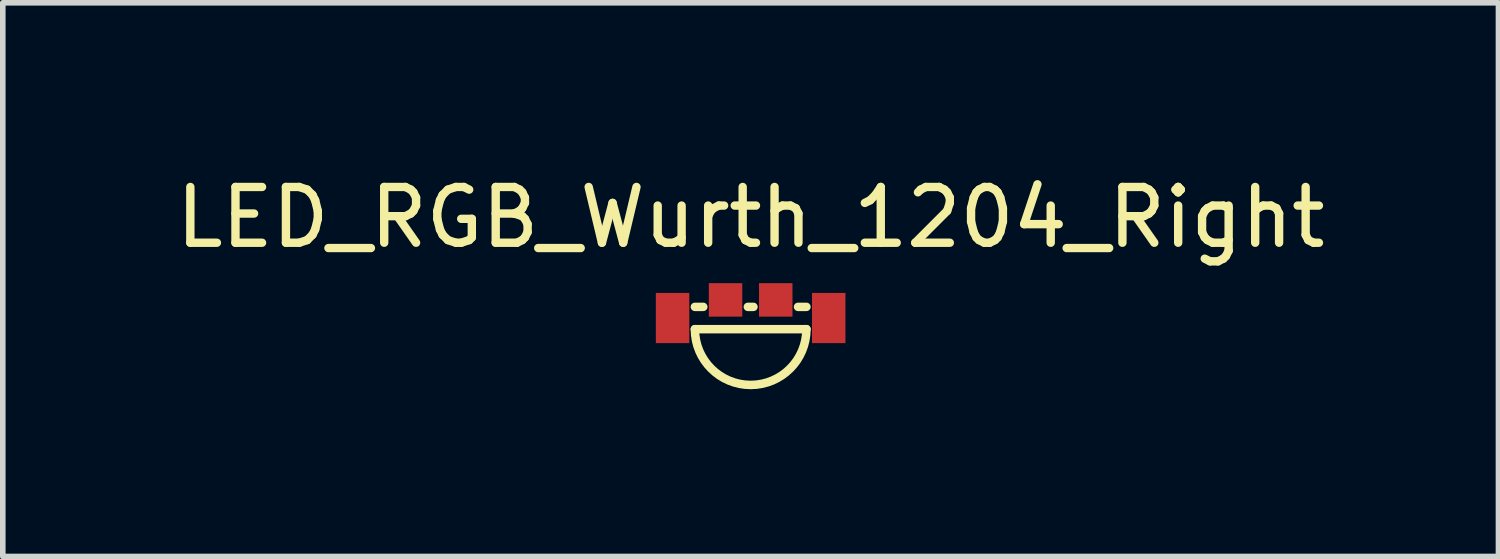
<source format=kicad_pcb>
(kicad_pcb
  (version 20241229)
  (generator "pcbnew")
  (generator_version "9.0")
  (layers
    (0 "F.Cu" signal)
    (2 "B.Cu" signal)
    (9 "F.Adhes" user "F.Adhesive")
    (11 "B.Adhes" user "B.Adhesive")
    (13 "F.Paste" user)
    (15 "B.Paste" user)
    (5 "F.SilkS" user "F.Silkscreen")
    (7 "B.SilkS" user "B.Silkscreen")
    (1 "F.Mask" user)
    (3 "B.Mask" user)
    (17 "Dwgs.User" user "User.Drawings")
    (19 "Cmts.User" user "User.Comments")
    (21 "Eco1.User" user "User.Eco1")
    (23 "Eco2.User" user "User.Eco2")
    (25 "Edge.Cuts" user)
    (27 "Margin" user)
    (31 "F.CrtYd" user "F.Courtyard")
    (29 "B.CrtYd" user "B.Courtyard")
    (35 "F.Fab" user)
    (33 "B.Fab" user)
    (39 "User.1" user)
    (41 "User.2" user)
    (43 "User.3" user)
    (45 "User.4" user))
  (footprint "LED_RGB_Wurth_1204_Right"
    (layer "F.Cu")
    (at 10.411 2.653)
    (property "Reference" "LED_RGB_Wurth_1204_Right" (at 0 -1.805 0) (layer "F.SilkS") (effects (font (size 1 1) (thickness 0.15))))
    (attr through_hole)
    (fp_line (start -1 -0.2) (end -0.85 -0.2) (stroke (width 0.152) (type solid)) (layer "F.SilkS"))
    (fp_line (start -0.05 -0.2) (end 0.05 -0.2) (stroke (width 0.152) (type solid)) (layer "F.SilkS"))
    (fp_line (start 0.85 -0.2) (end 1 -0.2) (stroke (width 0.152) (type solid)) (layer "F.SilkS"))
    (fp_line (start 1 0.2) (end -1 0.2) (stroke (width 0.152) (type solid)) (layer "F.SilkS"))
    (fp_arc (start 1 0.2) (mid 0 1.2) (end -1 0.2) (stroke (width 0.1524) (type solid)) (layer "F.SilkS"))
    (pad "A" smd rect (at -1.4 0) (size 0.6 0.9) (layers "F.Cu" "F.Mask" "F.Paste"))
    (pad "B" smd rect (at -0.45 -0.325) (size 0.6 0.6) (layers "F.Cu" "F.Mask" "F.Paste"))
    (pad "G" smd rect (at 0.45 -0.325) (size 0.6 0.6) (layers "F.Cu" "F.Mask" "F.Paste"))
    (pad "R" smd rect (at 1.4 0) (size 0.6 0.9) (layers "F.Cu" "F.Mask" "F.Paste")))
  (gr_rect
    (start -3 -3)
    (end 23.821 6.929)
    (stroke (width 0.1) (type default))
    (fill no)
    (layer "Edge.Cuts")))
</source>
